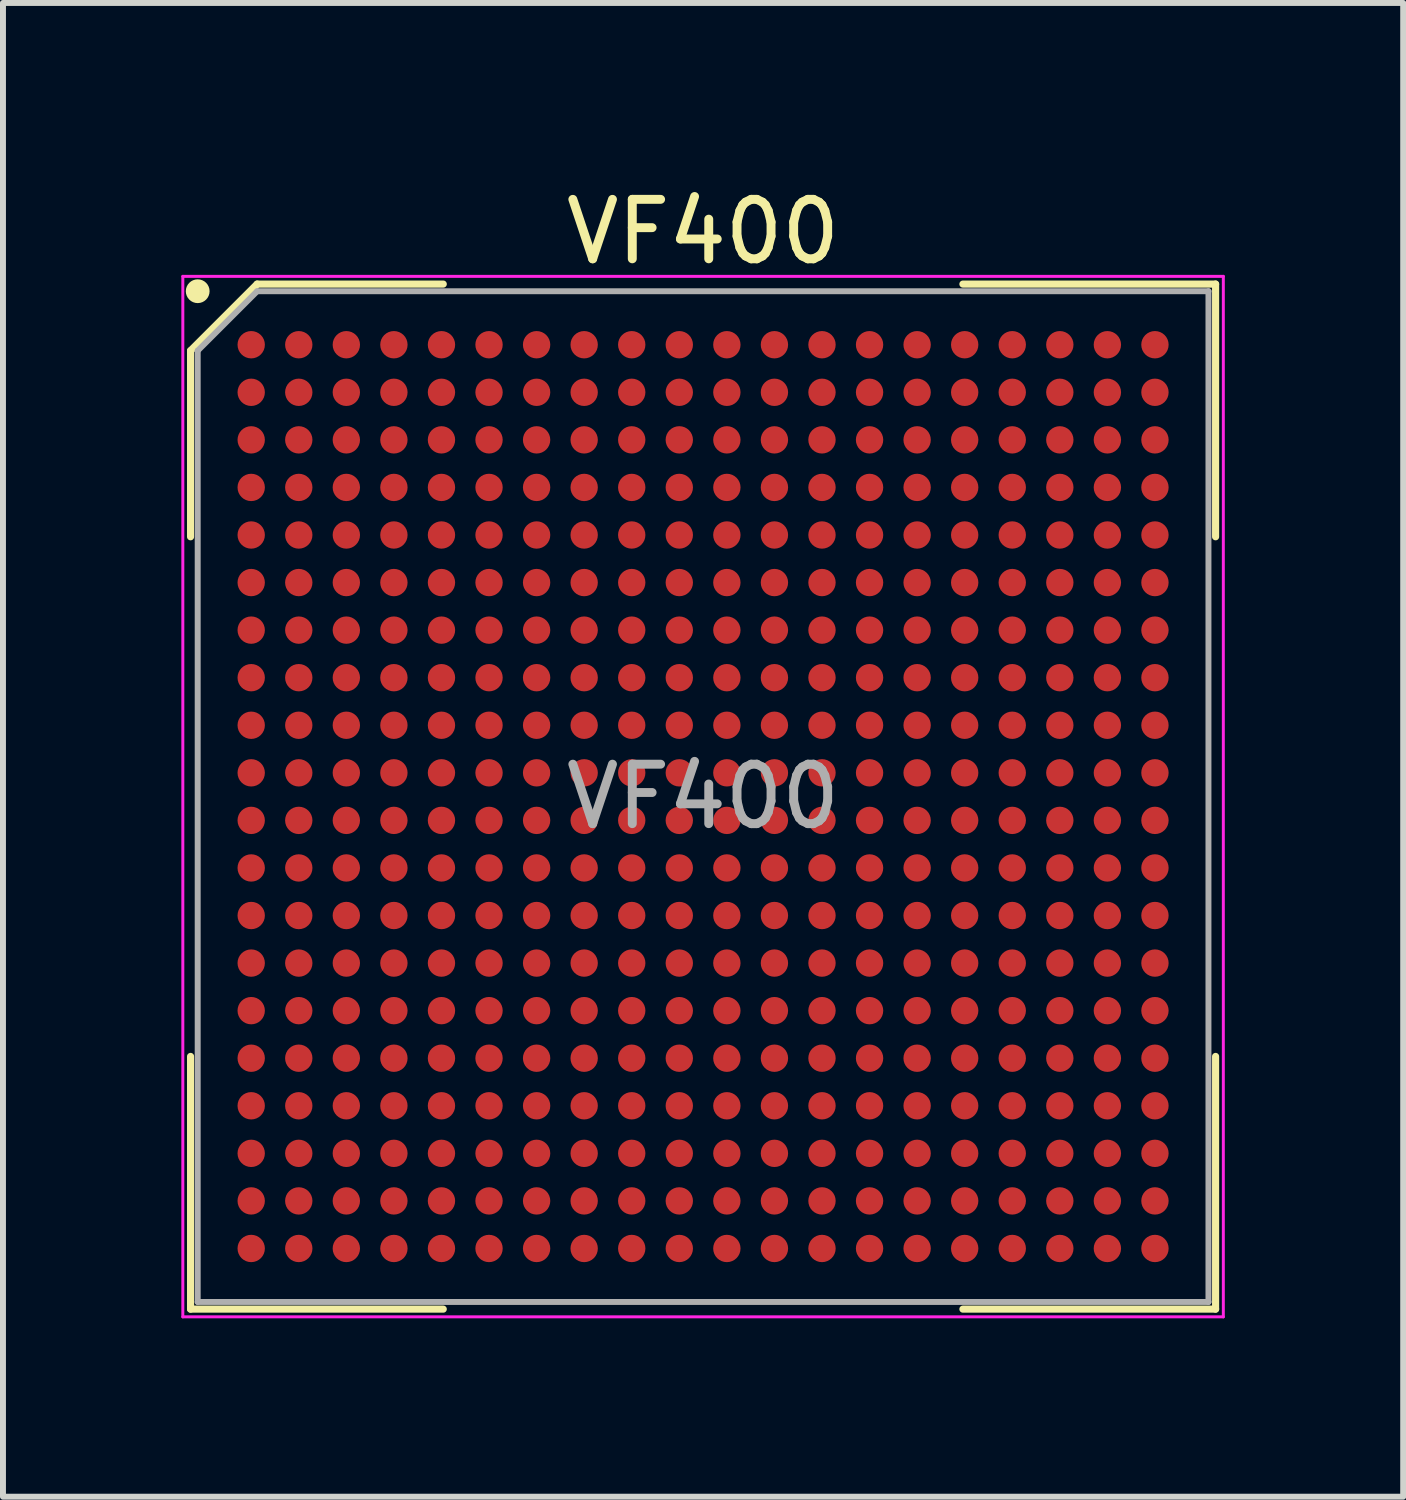
<source format=kicad_pcb>
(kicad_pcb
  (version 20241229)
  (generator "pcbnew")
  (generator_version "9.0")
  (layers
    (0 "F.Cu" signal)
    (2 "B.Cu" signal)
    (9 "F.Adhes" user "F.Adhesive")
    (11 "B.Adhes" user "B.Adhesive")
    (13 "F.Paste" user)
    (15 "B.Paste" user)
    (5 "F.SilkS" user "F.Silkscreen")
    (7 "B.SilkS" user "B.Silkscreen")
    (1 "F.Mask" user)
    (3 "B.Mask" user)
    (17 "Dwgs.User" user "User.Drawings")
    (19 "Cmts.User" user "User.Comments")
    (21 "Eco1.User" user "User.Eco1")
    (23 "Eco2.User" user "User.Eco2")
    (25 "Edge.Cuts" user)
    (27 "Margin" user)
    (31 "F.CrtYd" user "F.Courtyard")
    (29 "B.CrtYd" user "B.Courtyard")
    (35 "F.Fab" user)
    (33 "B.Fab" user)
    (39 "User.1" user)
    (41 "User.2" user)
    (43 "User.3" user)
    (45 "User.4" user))
  (footprint "VF400"
    (layer "F.Cu")
    (at 8.775 10.348)
    (property "Reference" "VF400" (at 0 -9.5 0) (layer "F.SilkS") (effects (font (size 1 1) (thickness 0.15))))
    (attr smd)
    (fp_line (start -8.62 -7.5) (end -8.62 -4.37) (stroke (width 0.12) (type default)) (layer "F.SilkS"))
    (fp_line (start -8.62 8.62) (end -8.62 4.37) (stroke (width 0.12) (type default)) (layer "F.SilkS"))
    (fp_line (start -7.5 -8.62) (end -8.62 -7.5) (stroke (width 0.12) (type default)) (layer "F.SilkS"))
    (fp_line (start -4.37 -8.62) (end -7.5 -8.62) (stroke (width 0.12) (type default)) (layer "F.SilkS"))
    (fp_line (start -4.37 8.62) (end -8.62 8.62) (stroke (width 0.12) (type default)) (layer "F.SilkS"))
    (fp_line (start 4.37 -8.62) (end 8.62 -8.62) (stroke (width 0.12) (type default)) (layer "F.SilkS"))
    (fp_line (start 4.37 8.62) (end 8.62 8.62) (stroke (width 0.12) (type default)) (layer "F.SilkS"))
    (fp_line (start 8.62 -8.62) (end 8.62 -4.37) (stroke (width 0.12) (type default)) (layer "F.SilkS"))
    (fp_line (start 8.62 8.62) (end 8.62 4.37) (stroke (width 0.12) (type default)) (layer "F.SilkS"))
    (fp_circle (center -8.5 -8.5) (end -8.5 -8.4) (stroke (width 0.2) (type default)) (fill no) (layer "F.SilkS"))
    (fp_line (start -8.75 -8.75) (end 8.75 -8.75) (stroke (width 0.05) (type default)) (layer "F.CrtYd"))
    (fp_line (start -8.75 8.75) (end -8.75 -8.75) (stroke (width 0.05) (type default)) (layer "F.CrtYd"))
    (fp_line (start 8.75 -8.75) (end 8.75 8.75) (stroke (width 0.05) (type default)) (layer "F.CrtYd"))
    (fp_line (start 8.75 8.75) (end -8.75 8.75) (stroke (width 0.05) (type default)) (layer "F.CrtYd"))
    (fp_line (start -8.5 -7.5) (end -8.5 8.5) (stroke (width 0.1) (type default)) (layer "F.Fab"))
    (fp_line (start -8.5 8.5) (end 8.5 8.5) (stroke (width 0.1) (type default)) (layer "F.Fab"))
    (fp_line (start -7.5 -8.5) (end -8.5 -7.5) (stroke (width 0.1) (type default)) (layer "F.Fab"))
    (fp_line (start 8.5 -8.5) (end -7.5 -8.5) (stroke (width 0.1) (type default)) (layer "F.Fab"))
    (fp_line (start 8.5 8.5) (end 8.5 -8.5) (stroke (width 0.1) (type default)) (layer "F.Fab"))
    (fp_text user "${REFERENCE}" (at 0 0 0) (layer "F.Fab") (effects (font (size 1 1) (thickness 0.15))))
    (pad "A1" smd circle (at -7.6 -7.6) (size 0.46 0.46) (layers "F.Cu" "F.Mask" "F.Paste"))
    (pad "A2" smd circle (at -6.8 -7.6) (size 0.46 0.46) (layers "F.Cu" "F.Mask" "F.Paste"))
    (pad "A3" smd circle (at -6 -7.6) (size 0.46 0.46) (layers "F.Cu" "F.Mask" "F.Paste"))
    (pad "A4" smd circle (at -5.2 -7.6) (size 0.46 0.46) (layers "F.Cu" "F.Mask" "F.Paste"))
    (pad "A5" smd circle (at -4.4 -7.6) (size 0.46 0.46) (layers "F.Cu" "F.Mask" "F.Paste"))
    (pad "A6" smd circle (at -3.6 -7.6) (size 0.46 0.46) (layers "F.Cu" "F.Mask" "F.Paste"))
    (pad "A7" smd circle (at -2.8 -7.6) (size 0.46 0.46) (layers "F.Cu" "F.Mask" "F.Paste"))
    (pad "A8" smd circle (at -2 -7.6) (size 0.46 0.46) (layers "F.Cu" "F.Mask" "F.Paste"))
    (pad "A9" smd circle (at -1.2 -7.6) (size 0.46 0.46) (layers "F.Cu" "F.Mask" "F.Paste"))
    (pad "A10" smd circle (at -0.4 -7.6) (size 0.46 0.46) (layers "F.Cu" "F.Mask" "F.Paste"))
    (pad "A11" smd circle (at 0.4 -7.6) (size 0.46 0.46) (layers "F.Cu" "F.Mask" "F.Paste"))
    (pad "A12" smd circle (at 1.2 -7.6) (size 0.46 0.46) (layers "F.Cu" "F.Mask" "F.Paste"))
    (pad "A13" smd circle (at 2 -7.6) (size 0.46 0.46) (layers "F.Cu" "F.Mask" "F.Paste"))
    (pad "A14" smd circle (at 2.8 -7.6) (size 0.46 0.46) (layers "F.Cu" "F.Mask" "F.Paste"))
    (pad "A15" smd circle (at 3.6 -7.6) (size 0.46 0.46) (layers "F.Cu" "F.Mask" "F.Paste"))
    (pad "A16" smd circle (at 4.4 -7.6) (size 0.46 0.46) (layers "F.Cu" "F.Mask" "F.Paste"))
    (pad "A17" smd circle (at 5.2 -7.6) (size 0.46 0.46) (layers "F.Cu" "F.Mask" "F.Paste"))
    (pad "A18" smd circle (at 6 -7.6) (size 0.46 0.46) (layers "F.Cu" "F.Mask" "F.Paste"))
    (pad "A19" smd circle (at 6.8 -7.6) (size 0.46 0.46) (layers "F.Cu" "F.Mask" "F.Paste"))
    (pad "A20" smd circle (at 7.6 -7.6) (size 0.46 0.46) (layers "F.Cu" "F.Mask" "F.Paste"))
    (pad "B1" smd circle (at -7.6 -6.8) (size 0.46 0.46) (layers "F.Cu" "F.Mask" "F.Paste"))
    (pad "B2" smd circle (at -6.8 -6.8) (size 0.46 0.46) (layers "F.Cu" "F.Mask" "F.Paste"))
    (pad "B3" smd circle (at -6 -6.8) (size 0.46 0.46) (layers "F.Cu" "F.Mask" "F.Paste"))
    (pad "B4" smd circle (at -5.2 -6.8) (size 0.46 0.46) (layers "F.Cu" "F.Mask" "F.Paste"))
    (pad "B5" smd circle (at -4.4 -6.8) (size 0.46 0.46) (layers "F.Cu" "F.Mask" "F.Paste"))
    (pad "B6" smd circle (at -3.6 -6.8) (size 0.46 0.46) (layers "F.Cu" "F.Mask" "F.Paste"))
    (pad "B7" smd circle (at -2.8 -6.8) (size 0.46 0.46) (layers "F.Cu" "F.Mask" "F.Paste"))
    (pad "B8" smd circle (at -2 -6.8) (size 0.46 0.46) (layers "F.Cu" "F.Mask" "F.Paste"))
    (pad "B9" smd circle (at -1.2 -6.8) (size 0.46 0.46) (layers "F.Cu" "F.Mask" "F.Paste"))
    (pad "B10" smd circle (at -0.4 -6.8) (size 0.46 0.46) (layers "F.Cu" "F.Mask" "F.Paste"))
    (pad "B11" smd circle (at 0.4 -6.8) (size 0.46 0.46) (layers "F.Cu" "F.Mask" "F.Paste"))
    (pad "B12" smd circle (at 1.2 -6.8) (size 0.46 0.46) (layers "F.Cu" "F.Mask" "F.Paste"))
    (pad "B13" smd circle (at 2 -6.8) (size 0.46 0.46) (layers "F.Cu" "F.Mask" "F.Paste"))
    (pad "B14" smd circle (at 2.8 -6.8) (size 0.46 0.46) (layers "F.Cu" "F.Mask" "F.Paste"))
    (pad "B15" smd circle (at 3.6 -6.8) (size 0.46 0.46) (layers "F.Cu" "F.Mask" "F.Paste"))
    (pad "B16" smd circle (at 4.4 -6.8) (size 0.46 0.46) (layers "F.Cu" "F.Mask" "F.Paste"))
    (pad "B17" smd circle (at 5.2 -6.8) (size 0.46 0.46) (layers "F.Cu" "F.Mask" "F.Paste"))
    (pad "B18" smd circle (at 6 -6.8) (size 0.46 0.46) (layers "F.Cu" "F.Mask" "F.Paste"))
    (pad "B19" smd circle (at 6.8 -6.8) (size 0.46 0.46) (layers "F.Cu" "F.Mask" "F.Paste"))
    (pad "B20" smd circle (at 7.6 -6.8) (size 0.46 0.46) (layers "F.Cu" "F.Mask" "F.Paste"))
    (pad "C1" smd circle (at -7.6 -6) (size 0.46 0.46) (layers "F.Cu" "F.Mask" "F.Paste"))
    (pad "C2" smd circle (at -6.8 -6) (size 0.46 0.46) (layers "F.Cu" "F.Mask" "F.Paste"))
    (pad "C3" smd circle (at -6 -6) (size 0.46 0.46) (layers "F.Cu" "F.Mask" "F.Paste"))
    (pad "C4" smd circle (at -5.2 -6) (size 0.46 0.46) (layers "F.Cu" "F.Mask" "F.Paste"))
    (pad "C5" smd circle (at -4.4 -6) (size 0.46 0.46) (layers "F.Cu" "F.Mask" "F.Paste"))
    (pad "C6" smd circle (at -3.6 -6) (size 0.46 0.46) (layers "F.Cu" "F.Mask" "F.Paste"))
    (pad "C7" smd circle (at -2.8 -6) (size 0.46 0.46) (layers "F.Cu" "F.Mask" "F.Paste"))
    (pad "C8" smd circle (at -2 -6) (size 0.46 0.46) (layers "F.Cu" "F.Mask" "F.Paste"))
    (pad "C9" smd circle (at -1.2 -6) (size 0.46 0.46) (layers "F.Cu" "F.Mask" "F.Paste"))
    (pad "C10" smd circle (at -0.4 -6) (size 0.46 0.46) (layers "F.Cu" "F.Mask" "F.Paste"))
    (pad "C11" smd circle (at 0.4 -6) (size 0.46 0.46) (layers "F.Cu" "F.Mask" "F.Paste"))
    (pad "C12" smd circle (at 1.2 -6) (size 0.46 0.46) (layers "F.Cu" "F.Mask" "F.Paste"))
    (pad "C13" smd circle (at 2 -6) (size 0.46 0.46) (layers "F.Cu" "F.Mask" "F.Paste"))
    (pad "C14" smd circle (at 2.8 -6) (size 0.46 0.46) (layers "F.Cu" "F.Mask" "F.Paste"))
    (pad "C15" smd circle (at 3.6 -6) (size 0.46 0.46) (layers "F.Cu" "F.Mask" "F.Paste"))
    (pad "C16" smd circle (at 4.4 -6) (size 0.46 0.46) (layers "F.Cu" "F.Mask" "F.Paste"))
    (pad "C17" smd circle (at 5.2 -6) (size 0.46 0.46) (layers "F.Cu" "F.Mask" "F.Paste"))
    (pad "C18" smd circle (at 6 -6) (size 0.46 0.46) (layers "F.Cu" "F.Mask" "F.Paste"))
    (pad "C19" smd circle (at 6.8 -6) (size 0.46 0.46) (layers "F.Cu" "F.Mask" "F.Paste"))
    (pad "C20" smd circle (at 7.6 -6) (size 0.46 0.46) (layers "F.Cu" "F.Mask" "F.Paste"))
    (pad "D1" smd circle (at -7.6 -5.2) (size 0.46 0.46) (layers "F.Cu" "F.Mask" "F.Paste"))
    (pad "D2" smd circle (at -6.8 -5.2) (size 0.46 0.46) (layers "F.Cu" "F.Mask" "F.Paste"))
    (pad "D3" smd circle (at -6 -5.2) (size 0.46 0.46) (layers "F.Cu" "F.Mask" "F.Paste"))
    (pad "D4" smd circle (at -5.2 -5.2) (size 0.46 0.46) (layers "F.Cu" "F.Mask" "F.Paste"))
    (pad "D5" smd circle (at -4.4 -5.2) (size 0.46 0.46) (layers "F.Cu" "F.Mask" "F.Paste"))
    (pad "D6" smd circle (at -3.6 -5.2) (size 0.46 0.46) (layers "F.Cu" "F.Mask" "F.Paste"))
    (pad "D7" smd circle (at -2.8 -5.2) (size 0.46 0.46) (layers "F.Cu" "F.Mask" "F.Paste"))
    (pad "D8" smd circle (at -2 -5.2) (size 0.46 0.46) (layers "F.Cu" "F.Mask" "F.Paste"))
    (pad "D9" smd circle (at -1.2 -5.2) (size 0.46 0.46) (layers "F.Cu" "F.Mask" "F.Paste"))
    (pad "D10" smd circle (at -0.4 -5.2) (size 0.46 0.46) (layers "F.Cu" "F.Mask" "F.Paste"))
    (pad "D11" smd circle (at 0.4 -5.2) (size 0.46 0.46) (layers "F.Cu" "F.Mask" "F.Paste"))
    (pad "D12" smd circle (at 1.2 -5.2) (size 0.46 0.46) (layers "F.Cu" "F.Mask" "F.Paste"))
    (pad "D13" smd circle (at 2 -5.2) (size 0.46 0.46) (layers "F.Cu" "F.Mask" "F.Paste"))
    (pad "D14" smd circle (at 2.8 -5.2) (size 0.46 0.46) (layers "F.Cu" "F.Mask" "F.Paste"))
    (pad "D15" smd circle (at 3.6 -5.2) (size 0.46 0.46) (layers "F.Cu" "F.Mask" "F.Paste"))
    (pad "D16" smd circle (at 4.4 -5.2) (size 0.46 0.46) (layers "F.Cu" "F.Mask" "F.Paste"))
    (pad "D17" smd circle (at 5.2 -5.2) (size 0.46 0.46) (layers "F.Cu" "F.Mask" "F.Paste"))
    (pad "D18" smd circle (at 6 -5.2) (size 0.46 0.46) (layers "F.Cu" "F.Mask" "F.Paste"))
    (pad "D19" smd circle (at 6.8 -5.2) (size 0.46 0.46) (layers "F.Cu" "F.Mask" "F.Paste"))
    (pad "D20" smd circle (at 7.6 -5.2) (size 0.46 0.46) (layers "F.Cu" "F.Mask" "F.Paste"))
    (pad "E1" smd circle (at -7.6 -4.4) (size 0.46 0.46) (layers "F.Cu" "F.Mask" "F.Paste"))
    (pad "E2" smd circle (at -6.8 -4.4) (size 0.46 0.46) (layers "F.Cu" "F.Mask" "F.Paste"))
    (pad "E3" smd circle (at -6 -4.4) (size 0.46 0.46) (layers "F.Cu" "F.Mask" "F.Paste"))
    (pad "E4" smd circle (at -5.2 -4.4) (size 0.46 0.46) (layers "F.Cu" "F.Mask" "F.Paste"))
    (pad "E5" smd circle (at -4.4 -4.4) (size 0.46 0.46) (layers "F.Cu" "F.Mask" "F.Paste"))
    (pad "E6" smd circle (at -3.6 -4.4) (size 0.46 0.46) (layers "F.Cu" "F.Mask" "F.Paste"))
    (pad "E7" smd circle (at -2.8 -4.4) (size 0.46 0.46) (layers "F.Cu" "F.Mask" "F.Paste"))
    (pad "E8" smd circle (at -2 -4.4) (size 0.46 0.46) (layers "F.Cu" "F.Mask" "F.Paste"))
    (pad "E9" smd circle (at -1.2 -4.4) (size 0.46 0.46) (layers "F.Cu" "F.Mask" "F.Paste"))
    (pad "E10" smd circle (at -0.4 -4.4) (size 0.46 0.46) (layers "F.Cu" "F.Mask" "F.Paste"))
    (pad "E11" smd circle (at 0.4 -4.4) (size 0.46 0.46) (layers "F.Cu" "F.Mask" "F.Paste"))
    (pad "E12" smd circle (at 1.2 -4.4) (size 0.46 0.46) (layers "F.Cu" "F.Mask" "F.Paste"))
    (pad "E13" smd circle (at 2 -4.4) (size 0.46 0.46) (layers "F.Cu" "F.Mask" "F.Paste"))
    (pad "E14" smd circle (at 2.8 -4.4) (size 0.46 0.46) (layers "F.Cu" "F.Mask" "F.Paste"))
    (pad "E15" smd circle (at 3.6 -4.4) (size 0.46 0.46) (layers "F.Cu" "F.Mask" "F.Paste"))
    (pad "E16" smd circle (at 4.4 -4.4) (size 0.46 0.46) (layers "F.Cu" "F.Mask" "F.Paste"))
    (pad "E17" smd circle (at 5.2 -4.4) (size 0.46 0.46) (layers "F.Cu" "F.Mask" "F.Paste"))
    (pad "E18" smd circle (at 6 -4.4) (size 0.46 0.46) (layers "F.Cu" "F.Mask" "F.Paste"))
    (pad "E19" smd circle (at 6.8 -4.4) (size 0.46 0.46) (layers "F.Cu" "F.Mask" "F.Paste"))
    (pad "E20" smd circle (at 7.6 -4.4) (size 0.46 0.46) (layers "F.Cu" "F.Mask" "F.Paste"))
    (pad "F1" smd circle (at -7.6 -3.6) (size 0.46 0.46) (layers "F.Cu" "F.Mask" "F.Paste"))
    (pad "F2" smd circle (at -6.8 -3.6) (size 0.46 0.46) (layers "F.Cu" "F.Mask" "F.Paste"))
    (pad "F3" smd circle (at -6 -3.6) (size 0.46 0.46) (layers "F.Cu" "F.Mask" "F.Paste"))
    (pad "F4" smd circle (at -5.2 -3.6) (size 0.46 0.46) (layers "F.Cu" "F.Mask" "F.Paste"))
    (pad "F5" smd circle (at -4.4 -3.6) (size 0.46 0.46) (layers "F.Cu" "F.Mask" "F.Paste"))
    (pad "F6" smd circle (at -3.6 -3.6) (size 0.46 0.46) (layers "F.Cu" "F.Mask" "F.Paste"))
    (pad "F7" smd circle (at -2.8 -3.6) (size 0.46 0.46) (layers "F.Cu" "F.Mask" "F.Paste"))
    (pad "F8" smd circle (at -2 -3.6) (size 0.46 0.46) (layers "F.Cu" "F.Mask" "F.Paste"))
    (pad "F9" smd circle (at -1.2 -3.6) (size 0.46 0.46) (layers "F.Cu" "F.Mask" "F.Paste"))
    (pad "F10" smd circle (at -0.4 -3.6) (size 0.46 0.46) (layers "F.Cu" "F.Mask" "F.Paste"))
    (pad "F11" smd circle (at 0.4 -3.6) (size 0.46 0.46) (layers "F.Cu" "F.Mask" "F.Paste"))
    (pad "F12" smd circle (at 1.2 -3.6) (size 0.46 0.46) (layers "F.Cu" "F.Mask" "F.Paste"))
    (pad "F13" smd circle (at 2 -3.6) (size 0.46 0.46) (layers "F.Cu" "F.Mask" "F.Paste"))
    (pad "F14" smd circle (at 2.8 -3.6) (size 0.46 0.46) (layers "F.Cu" "F.Mask" "F.Paste"))
    (pad "F15" smd circle (at 3.6 -3.6) (size 0.46 0.46) (layers "F.Cu" "F.Mask" "F.Paste"))
    (pad "F16" smd circle (at 4.4 -3.6) (size 0.46 0.46) (layers "F.Cu" "F.Mask" "F.Paste"))
    (pad "F17" smd circle (at 5.2 -3.6) (size 0.46 0.46) (layers "F.Cu" "F.Mask" "F.Paste"))
    (pad "F18" smd circle (at 6 -3.6) (size 0.46 0.46) (layers "F.Cu" "F.Mask" "F.Paste"))
    (pad "F19" smd circle (at 6.8 -3.6) (size 0.46 0.46) (layers "F.Cu" "F.Mask" "F.Paste"))
    (pad "F20" smd circle (at 7.6 -3.6) (size 0.46 0.46) (layers "F.Cu" "F.Mask" "F.Paste"))
    (pad "G1" smd circle (at -7.6 -2.8) (size 0.46 0.46) (layers "F.Cu" "F.Mask" "F.Paste"))
    (pad "G2" smd circle (at -6.8 -2.8) (size 0.46 0.46) (layers "F.Cu" "F.Mask" "F.Paste"))
    (pad "G3" smd circle (at -6 -2.8) (size 0.46 0.46) (layers "F.Cu" "F.Mask" "F.Paste"))
    (pad "G4" smd circle (at -5.2 -2.8) (size 0.46 0.46) (layers "F.Cu" "F.Mask" "F.Paste"))
    (pad "G5" smd circle (at -4.4 -2.8) (size 0.46 0.46) (layers "F.Cu" "F.Mask" "F.Paste"))
    (pad "G6" smd circle (at -3.6 -2.8) (size 0.46 0.46) (layers "F.Cu" "F.Mask" "F.Paste"))
    (pad "G7" smd circle (at -2.8 -2.8) (size 0.46 0.46) (layers "F.Cu" "F.Mask" "F.Paste"))
    (pad "G8" smd circle (at -2 -2.8) (size 0.46 0.46) (layers "F.Cu" "F.Mask" "F.Paste"))
    (pad "G9" smd circle (at -1.2 -2.8) (size 0.46 0.46) (layers "F.Cu" "F.Mask" "F.Paste"))
    (pad "G10" smd circle (at -0.4 -2.8) (size 0.46 0.46) (layers "F.Cu" "F.Mask" "F.Paste"))
    (pad "G11" smd circle (at 0.4 -2.8) (size 0.46 0.46) (layers "F.Cu" "F.Mask" "F.Paste"))
    (pad "G12" smd circle (at 1.2 -2.8) (size 0.46 0.46) (layers "F.Cu" "F.Mask" "F.Paste"))
    (pad "G13" smd circle (at 2 -2.8) (size 0.46 0.46) (layers "F.Cu" "F.Mask" "F.Paste"))
    (pad "G14" smd circle (at 2.8 -2.8) (size 0.46 0.46) (layers "F.Cu" "F.Mask" "F.Paste"))
    (pad "G15" smd circle (at 3.6 -2.8) (size 0.46 0.46) (layers "F.Cu" "F.Mask" "F.Paste"))
    (pad "G16" smd circle (at 4.4 -2.8) (size 0.46 0.46) (layers "F.Cu" "F.Mask" "F.Paste"))
    (pad "G17" smd circle (at 5.2 -2.8) (size 0.46 0.46) (layers "F.Cu" "F.Mask" "F.Paste"))
    (pad "G18" smd circle (at 6 -2.8) (size 0.46 0.46) (layers "F.Cu" "F.Mask" "F.Paste"))
    (pad "G19" smd circle (at 6.8 -2.8) (size 0.46 0.46) (layers "F.Cu" "F.Mask" "F.Paste"))
    (pad "G20" smd circle (at 7.6 -2.8) (size 0.46 0.46) (layers "F.Cu" "F.Mask" "F.Paste"))
    (pad "H1" smd circle (at -7.6 -2) (size 0.46 0.46) (layers "F.Cu" "F.Mask" "F.Paste"))
    (pad "H2" smd circle (at -6.8 -2) (size 0.46 0.46) (layers "F.Cu" "F.Mask" "F.Paste"))
    (pad "H3" smd circle (at -6 -2) (size 0.46 0.46) (layers "F.Cu" "F.Mask" "F.Paste"))
    (pad "H4" smd circle (at -5.2 -2) (size 0.46 0.46) (layers "F.Cu" "F.Mask" "F.Paste"))
    (pad "H5" smd circle (at -4.4 -2) (size 0.46 0.46) (layers "F.Cu" "F.Mask" "F.Paste"))
    (pad "H6" smd circle (at -3.6 -2) (size 0.46 0.46) (layers "F.Cu" "F.Mask" "F.Paste"))
    (pad "H7" smd circle (at -2.8 -2) (size 0.46 0.46) (layers "F.Cu" "F.Mask" "F.Paste"))
    (pad "H8" smd circle (at -2 -2) (size 0.46 0.46) (layers "F.Cu" "F.Mask" "F.Paste"))
    (pad "H9" smd circle (at -1.2 -2) (size 0.46 0.46) (layers "F.Cu" "F.Mask" "F.Paste"))
    (pad "H10" smd circle (at -0.4 -2) (size 0.46 0.46) (layers "F.Cu" "F.Mask" "F.Paste"))
    (pad "H11" smd circle (at 0.4 -2) (size 0.46 0.46) (layers "F.Cu" "F.Mask" "F.Paste"))
    (pad "H12" smd circle (at 1.2 -2) (size 0.46 0.46) (layers "F.Cu" "F.Mask" "F.Paste"))
    (pad "H13" smd circle (at 2 -2) (size 0.46 0.46) (layers "F.Cu" "F.Mask" "F.Paste"))
    (pad "H14" smd circle (at 2.8 -2) (size 0.46 0.46) (layers "F.Cu" "F.Mask" "F.Paste"))
    (pad "H15" smd circle (at 3.6 -2) (size 0.46 0.46) (layers "F.Cu" "F.Mask" "F.Paste"))
    (pad "H16" smd circle (at 4.4 -2) (size 0.46 0.46) (layers "F.Cu" "F.Mask" "F.Paste"))
    (pad "H17" smd circle (at 5.2 -2) (size 0.46 0.46) (layers "F.Cu" "F.Mask" "F.Paste"))
    (pad "H18" smd circle (at 6 -2) (size 0.46 0.46) (layers "F.Cu" "F.Mask" "F.Paste"))
    (pad "H19" smd circle (at 6.8 -2) (size 0.46 0.46) (layers "F.Cu" "F.Mask" "F.Paste"))
    (pad "H20" smd circle (at 7.6 -2) (size 0.46 0.46) (layers "F.Cu" "F.Mask" "F.Paste"))
    (pad "J1" smd circle (at -7.6 -1.2) (size 0.46 0.46) (layers "F.Cu" "F.Mask" "F.Paste"))
    (pad "J2" smd circle (at -6.8 -1.2) (size 0.46 0.46) (layers "F.Cu" "F.Mask" "F.Paste"))
    (pad "J3" smd circle (at -6 -1.2) (size 0.46 0.46) (layers "F.Cu" "F.Mask" "F.Paste"))
    (pad "J4" smd circle (at -5.2 -1.2) (size 0.46 0.46) (layers "F.Cu" "F.Mask" "F.Paste"))
    (pad "J5" smd circle (at -4.4 -1.2) (size 0.46 0.46) (layers "F.Cu" "F.Mask" "F.Paste"))
    (pad "J6" smd circle (at -3.6 -1.2) (size 0.46 0.46) (layers "F.Cu" "F.Mask" "F.Paste"))
    (pad "J7" smd circle (at -2.8 -1.2) (size 0.46 0.46) (layers "F.Cu" "F.Mask" "F.Paste"))
    (pad "J8" smd circle (at -2 -1.2) (size 0.46 0.46) (layers "F.Cu" "F.Mask" "F.Paste"))
    (pad "J9" smd circle (at -1.2 -1.2) (size 0.46 0.46) (layers "F.Cu" "F.Mask" "F.Paste"))
    (pad "J10" smd circle (at -0.4 -1.2) (size 0.46 0.46) (layers "F.Cu" "F.Mask" "F.Paste"))
    (pad "J11" smd circle (at 0.4 -1.2) (size 0.46 0.46) (layers "F.Cu" "F.Mask" "F.Paste"))
    (pad "J12" smd circle (at 1.2 -1.2) (size 0.46 0.46) (layers "F.Cu" "F.Mask" "F.Paste"))
    (pad "J13" smd circle (at 2 -1.2) (size 0.46 0.46) (layers "F.Cu" "F.Mask" "F.Paste"))
    (pad "J14" smd circle (at 2.8 -1.2) (size 0.46 0.46) (layers "F.Cu" "F.Mask" "F.Paste"))
    (pad "J15" smd circle (at 3.6 -1.2) (size 0.46 0.46) (layers "F.Cu" "F.Mask" "F.Paste"))
    (pad "J16" smd circle (at 4.4 -1.2) (size 0.46 0.46) (layers "F.Cu" "F.Mask" "F.Paste"))
    (pad "J17" smd circle (at 5.2 -1.2) (size 0.46 0.46) (layers "F.Cu" "F.Mask" "F.Paste"))
    (pad "J18" smd circle (at 6 -1.2) (size 0.46 0.46) (layers "F.Cu" "F.Mask" "F.Paste"))
    (pad "J19" smd circle (at 6.8 -1.2) (size 0.46 0.46) (layers "F.Cu" "F.Mask" "F.Paste"))
    (pad "J20" smd circle (at 7.6 -1.2) (size 0.46 0.46) (layers "F.Cu" "F.Mask" "F.Paste"))
    (pad "K1" smd circle (at -7.6 -0.4) (size 0.46 0.46) (layers "F.Cu" "F.Mask" "F.Paste"))
    (pad "K2" smd circle (at -6.8 -0.4) (size 0.46 0.46) (layers "F.Cu" "F.Mask" "F.Paste"))
    (pad "K3" smd circle (at -6 -0.4) (size 0.46 0.46) (layers "F.Cu" "F.Mask" "F.Paste"))
    (pad "K4" smd circle (at -5.2 -0.4) (size 0.46 0.46) (layers "F.Cu" "F.Mask" "F.Paste"))
    (pad "K5" smd circle (at -4.4 -0.4) (size 0.46 0.46) (layers "F.Cu" "F.Mask" "F.Paste"))
    (pad "K6" smd circle (at -3.6 -0.4) (size 0.46 0.46) (layers "F.Cu" "F.Mask" "F.Paste"))
    (pad "K7" smd circle (at -2.8 -0.4) (size 0.46 0.46) (layers "F.Cu" "F.Mask" "F.Paste"))
    (pad "K8" smd circle (at -2 -0.4) (size 0.46 0.46) (layers "F.Cu" "F.Mask" "F.Paste"))
    (pad "K9" smd circle (at -1.2 -0.4) (size 0.46 0.46) (layers "F.Cu" "F.Mask" "F.Paste"))
    (pad "K10" smd circle (at -0.4 -0.4) (size 0.46 0.46) (layers "F.Cu" "F.Mask" "F.Paste"))
    (pad "K11" smd circle (at 0.4 -0.4) (size 0.46 0.46) (layers "F.Cu" "F.Mask" "F.Paste"))
    (pad "K12" smd circle (at 1.2 -0.4) (size 0.46 0.46) (layers "F.Cu" "F.Mask" "F.Paste"))
    (pad "K13" smd circle (at 2 -0.4) (size 0.46 0.46) (layers "F.Cu" "F.Mask" "F.Paste"))
    (pad "K14" smd circle (at 2.8 -0.4) (size 0.46 0.46) (layers "F.Cu" "F.Mask" "F.Paste"))
    (pad "K15" smd circle (at 3.6 -0.4) (size 0.46 0.46) (layers "F.Cu" "F.Mask" "F.Paste"))
    (pad "K16" smd circle (at 4.4 -0.4) (size 0.46 0.46) (layers "F.Cu" "F.Mask" "F.Paste"))
    (pad "K17" smd circle (at 5.2 -0.4) (size 0.46 0.46) (layers "F.Cu" "F.Mask" "F.Paste"))
    (pad "K18" smd circle (at 6 -0.4) (size 0.46 0.46) (layers "F.Cu" "F.Mask" "F.Paste"))
    (pad "K19" smd circle (at 6.8 -0.4) (size 0.46 0.46) (layers "F.Cu" "F.Mask" "F.Paste"))
    (pad "K20" smd circle (at 7.6 -0.4) (size 0.46 0.46) (layers "F.Cu" "F.Mask" "F.Paste"))
    (pad "L1" smd circle (at -7.6 0.4) (size 0.46 0.46) (layers "F.Cu" "F.Mask" "F.Paste"))
    (pad "L2" smd circle (at -6.8 0.4) (size 0.46 0.46) (layers "F.Cu" "F.Mask" "F.Paste"))
    (pad "L3" smd circle (at -6 0.4) (size 0.46 0.46) (layers "F.Cu" "F.Mask" "F.Paste"))
    (pad "L4" smd circle (at -5.2 0.4) (size 0.46 0.46) (layers "F.Cu" "F.Mask" "F.Paste"))
    (pad "L5" smd circle (at -4.4 0.4) (size 0.46 0.46) (layers "F.Cu" "F.Mask" "F.Paste"))
    (pad "L6" smd circle (at -3.6 0.4) (size 0.46 0.46) (layers "F.Cu" "F.Mask" "F.Paste"))
    (pad "L7" smd circle (at -2.8 0.4) (size 0.46 0.46) (layers "F.Cu" "F.Mask" "F.Paste"))
    (pad "L8" smd circle (at -2 0.4) (size 0.46 0.46) (layers "F.Cu" "F.Mask" "F.Paste"))
    (pad "L9" smd circle (at -1.2 0.4) (size 0.46 0.46) (layers "F.Cu" "F.Mask" "F.Paste"))
    (pad "L10" smd circle (at -0.4 0.4) (size 0.46 0.46) (layers "F.Cu" "F.Mask" "F.Paste"))
    (pad "L11" smd circle (at 0.4 0.4) (size 0.46 0.46) (layers "F.Cu" "F.Mask" "F.Paste"))
    (pad "L12" smd circle (at 1.2 0.4) (size 0.46 0.46) (layers "F.Cu" "F.Mask" "F.Paste"))
    (pad "L13" smd circle (at 2 0.4) (size 0.46 0.46) (layers "F.Cu" "F.Mask" "F.Paste"))
    (pad "L14" smd circle (at 2.8 0.4) (size 0.46 0.46) (layers "F.Cu" "F.Mask" "F.Paste"))
    (pad "L15" smd circle (at 3.6 0.4) (size 0.46 0.46) (layers "F.Cu" "F.Mask" "F.Paste"))
    (pad "L16" smd circle (at 4.4 0.4) (size 0.46 0.46) (layers "F.Cu" "F.Mask" "F.Paste"))
    (pad "L17" smd circle (at 5.2 0.4) (size 0.46 0.46) (layers "F.Cu" "F.Mask" "F.Paste"))
    (pad "L18" smd circle (at 6 0.4) (size 0.46 0.46) (layers "F.Cu" "F.Mask" "F.Paste"))
    (pad "L19" smd circle (at 6.8 0.4) (size 0.46 0.46) (layers "F.Cu" "F.Mask" "F.Paste"))
    (pad "L20" smd circle (at 7.6 0.4) (size 0.46 0.46) (layers "F.Cu" "F.Mask" "F.Paste"))
    (pad "M1" smd circle (at -7.6 1.2) (size 0.46 0.46) (layers "F.Cu" "F.Mask" "F.Paste"))
    (pad "M2" smd circle (at -6.8 1.2) (size 0.46 0.46) (layers "F.Cu" "F.Mask" "F.Paste"))
    (pad "M3" smd circle (at -6 1.2) (size 0.46 0.46) (layers "F.Cu" "F.Mask" "F.Paste"))
    (pad "M4" smd circle (at -5.2 1.2) (size 0.46 0.46) (layers "F.Cu" "F.Mask" "F.Paste"))
    (pad "M5" smd circle (at -4.4 1.2) (size 0.46 0.46) (layers "F.Cu" "F.Mask" "F.Paste"))
    (pad "M6" smd circle (at -3.6 1.2) (size 0.46 0.46) (layers "F.Cu" "F.Mask" "F.Paste"))
    (pad "M7" smd circle (at -2.8 1.2) (size 0.46 0.46) (layers "F.Cu" "F.Mask" "F.Paste"))
    (pad "M8" smd circle (at -2 1.2) (size 0.46 0.46) (layers "F.Cu" "F.Mask" "F.Paste"))
    (pad "M9" smd circle (at -1.2 1.2) (size 0.46 0.46) (layers "F.Cu" "F.Mask" "F.Paste"))
    (pad "M10" smd circle (at -0.4 1.2) (size 0.46 0.46) (layers "F.Cu" "F.Mask" "F.Paste"))
    (pad "M11" smd circle (at 0.4 1.2) (size 0.46 0.46) (layers "F.Cu" "F.Mask" "F.Paste"))
    (pad "M12" smd circle (at 1.2 1.2) (size 0.46 0.46) (layers "F.Cu" "F.Mask" "F.Paste"))
    (pad "M13" smd circle (at 2 1.2) (size 0.46 0.46) (layers "F.Cu" "F.Mask" "F.Paste"))
    (pad "M14" smd circle (at 2.8 1.2) (size 0.46 0.46) (layers "F.Cu" "F.Mask" "F.Paste"))
    (pad "M15" smd circle (at 3.6 1.2) (size 0.46 0.46) (layers "F.Cu" "F.Mask" "F.Paste"))
    (pad "M16" smd circle (at 4.4 1.2) (size 0.46 0.46) (layers "F.Cu" "F.Mask" "F.Paste"))
    (pad "M17" smd circle (at 5.2 1.2) (size 0.46 0.46) (layers "F.Cu" "F.Mask" "F.Paste"))
    (pad "M18" smd circle (at 6 1.2) (size 0.46 0.46) (layers "F.Cu" "F.Mask" "F.Paste"))
    (pad "M19" smd circle (at 6.8 1.2) (size 0.46 0.46) (layers "F.Cu" "F.Mask" "F.Paste"))
    (pad "M20" smd circle (at 7.6 1.2) (size 0.46 0.46) (layers "F.Cu" "F.Mask" "F.Paste"))
    (pad "N1" smd circle (at -7.6 2) (size 0.46 0.46) (layers "F.Cu" "F.Mask" "F.Paste"))
    (pad "N2" smd circle (at -6.8 2) (size 0.46 0.46) (layers "F.Cu" "F.Mask" "F.Paste"))
    (pad "N3" smd circle (at -6 2) (size 0.46 0.46) (layers "F.Cu" "F.Mask" "F.Paste"))
    (pad "N4" smd circle (at -5.2 2) (size 0.46 0.46) (layers "F.Cu" "F.Mask" "F.Paste"))
    (pad "N5" smd circle (at -4.4 2) (size 0.46 0.46) (layers "F.Cu" "F.Mask" "F.Paste"))
    (pad "N6" smd circle (at -3.6 2) (size 0.46 0.46) (layers "F.Cu" "F.Mask" "F.Paste"))
    (pad "N7" smd circle (at -2.8 2) (size 0.46 0.46) (layers "F.Cu" "F.Mask" "F.Paste"))
    (pad "N8" smd circle (at -2 2) (size 0.46 0.46) (layers "F.Cu" "F.Mask" "F.Paste"))
    (pad "N9" smd circle (at -1.2 2) (size 0.46 0.46) (layers "F.Cu" "F.Mask" "F.Paste"))
    (pad "N10" smd circle (at -0.4 2) (size 0.46 0.46) (layers "F.Cu" "F.Mask" "F.Paste"))
    (pad "N11" smd circle (at 0.4 2) (size 0.46 0.46) (layers "F.Cu" "F.Mask" "F.Paste"))
    (pad "N12" smd circle (at 1.2 2) (size 0.46 0.46) (layers "F.Cu" "F.Mask" "F.Paste"))
    (pad "N13" smd circle (at 2 2) (size 0.46 0.46) (layers "F.Cu" "F.Mask" "F.Paste"))
    (pad "N14" smd circle (at 2.8 2) (size 0.46 0.46) (layers "F.Cu" "F.Mask" "F.Paste"))
    (pad "N15" smd circle (at 3.6 2) (size 0.46 0.46) (layers "F.Cu" "F.Mask" "F.Paste"))
    (pad "N16" smd circle (at 4.4 2) (size 0.46 0.46) (layers "F.Cu" "F.Mask" "F.Paste"))
    (pad "N17" smd circle (at 5.2 2) (size 0.46 0.46) (layers "F.Cu" "F.Mask" "F.Paste"))
    (pad "N18" smd circle (at 6 2) (size 0.46 0.46) (layers "F.Cu" "F.Mask" "F.Paste"))
    (pad "N19" smd circle (at 6.8 2) (size 0.46 0.46) (layers "F.Cu" "F.Mask" "F.Paste"))
    (pad "N20" smd circle (at 7.6 2) (size 0.46 0.46) (layers "F.Cu" "F.Mask" "F.Paste"))
    (pad "P1" smd circle (at -7.6 2.8) (size 0.46 0.46) (layers "F.Cu" "F.Mask" "F.Paste"))
    (pad "P2" smd circle (at -6.8 2.8) (size 0.46 0.46) (layers "F.Cu" "F.Mask" "F.Paste"))
    (pad "P3" smd circle (at -6 2.8) (size 0.46 0.46) (layers "F.Cu" "F.Mask" "F.Paste"))
    (pad "P4" smd circle (at -5.2 2.8) (size 0.46 0.46) (layers "F.Cu" "F.Mask" "F.Paste"))
    (pad "P5" smd circle (at -4.4 2.8) (size 0.46 0.46) (layers "F.Cu" "F.Mask" "F.Paste"))
    (pad "P6" smd circle (at -3.6 2.8) (size 0.46 0.46) (layers "F.Cu" "F.Mask" "F.Paste"))
    (pad "P7" smd circle (at -2.8 2.8) (size 0.46 0.46) (layers "F.Cu" "F.Mask" "F.Paste"))
    (pad "P8" smd circle (at -2 2.8) (size 0.46 0.46) (layers "F.Cu" "F.Mask" "F.Paste"))
    (pad "P9" smd circle (at -1.2 2.8) (size 0.46 0.46) (layers "F.Cu" "F.Mask" "F.Paste"))
    (pad "P10" smd circle (at -0.4 2.8) (size 0.46 0.46) (layers "F.Cu" "F.Mask" "F.Paste"))
    (pad "P11" smd circle (at 0.4 2.8) (size 0.46 0.46) (layers "F.Cu" "F.Mask" "F.Paste"))
    (pad "P12" smd circle (at 1.2 2.8) (size 0.46 0.46) (layers "F.Cu" "F.Mask" "F.Paste"))
    (pad "P13" smd circle (at 2 2.8) (size 0.46 0.46) (layers "F.Cu" "F.Mask" "F.Paste"))
    (pad "P14" smd circle (at 2.8 2.8) (size 0.46 0.46) (layers "F.Cu" "F.Mask" "F.Paste"))
    (pad "P15" smd circle (at 3.6 2.8) (size 0.46 0.46) (layers "F.Cu" "F.Mask" "F.Paste"))
    (pad "P16" smd circle (at 4.4 2.8) (size 0.46 0.46) (layers "F.Cu" "F.Mask" "F.Paste"))
    (pad "P17" smd circle (at 5.2 2.8) (size 0.46 0.46) (layers "F.Cu" "F.Mask" "F.Paste"))
    (pad "P18" smd circle (at 6 2.8) (size 0.46 0.46) (layers "F.Cu" "F.Mask" "F.Paste"))
    (pad "P19" smd circle (at 6.8 2.8) (size 0.46 0.46) (layers "F.Cu" "F.Mask" "F.Paste"))
    (pad "P20" smd circle (at 7.6 2.8) (size 0.46 0.46) (layers "F.Cu" "F.Mask" "F.Paste"))
    (pad "R1" smd circle (at -7.6 3.6) (size 0.46 0.46) (layers "F.Cu" "F.Mask" "F.Paste"))
    (pad "R2" smd circle (at -6.8 3.6) (size 0.46 0.46) (layers "F.Cu" "F.Mask" "F.Paste"))
    (pad "R3" smd circle (at -6 3.6) (size 0.46 0.46) (layers "F.Cu" "F.Mask" "F.Paste"))
    (pad "R4" smd circle (at -5.2 3.6) (size 0.46 0.46) (layers "F.Cu" "F.Mask" "F.Paste"))
    (pad "R5" smd circle (at -4.4 3.6) (size 0.46 0.46) (layers "F.Cu" "F.Mask" "F.Paste"))
    (pad "R6" smd circle (at -3.6 3.6) (size 0.46 0.46) (layers "F.Cu" "F.Mask" "F.Paste"))
    (pad "R7" smd circle (at -2.8 3.6) (size 0.46 0.46) (layers "F.Cu" "F.Mask" "F.Paste"))
    (pad "R8" smd circle (at -2 3.6) (size 0.46 0.46) (layers "F.Cu" "F.Mask" "F.Paste"))
    (pad "R9" smd circle (at -1.2 3.6) (size 0.46 0.46) (layers "F.Cu" "F.Mask" "F.Paste"))
    (pad "R10" smd circle (at -0.4 3.6) (size 0.46 0.46) (layers "F.Cu" "F.Mask" "F.Paste"))
    (pad "R11" smd circle (at 0.4 3.6) (size 0.46 0.46) (layers "F.Cu" "F.Mask" "F.Paste"))
    (pad "R12" smd circle (at 1.2 3.6) (size 0.46 0.46) (layers "F.Cu" "F.Mask" "F.Paste"))
    (pad "R13" smd circle (at 2 3.6) (size 0.46 0.46) (layers "F.Cu" "F.Mask" "F.Paste"))
    (pad "R14" smd circle (at 2.8 3.6) (size 0.46 0.46) (layers "F.Cu" "F.Mask" "F.Paste"))
    (pad "R15" smd circle (at 3.6 3.6) (size 0.46 0.46) (layers "F.Cu" "F.Mask" "F.Paste"))
    (pad "R16" smd circle (at 4.4 3.6) (size 0.46 0.46) (layers "F.Cu" "F.Mask" "F.Paste"))
    (pad "R17" smd circle (at 5.2 3.6) (size 0.46 0.46) (layers "F.Cu" "F.Mask" "F.Paste"))
    (pad "R18" smd circle (at 6 3.6) (size 0.46 0.46) (layers "F.Cu" "F.Mask" "F.Paste"))
    (pad "R19" smd circle (at 6.8 3.6) (size 0.46 0.46) (layers "F.Cu" "F.Mask" "F.Paste"))
    (pad "R20" smd circle (at 7.6 3.6) (size 0.46 0.46) (layers "F.Cu" "F.Mask" "F.Paste"))
    (pad "T1" smd circle (at -7.6 4.4) (size 0.46 0.46) (layers "F.Cu" "F.Mask" "F.Paste"))
    (pad "T2" smd circle (at -6.8 4.4) (size 0.46 0.46) (layers "F.Cu" "F.Mask" "F.Paste"))
    (pad "T3" smd circle (at -6 4.4) (size 0.46 0.46) (layers "F.Cu" "F.Mask" "F.Paste"))
    (pad "T4" smd circle (at -5.2 4.4) (size 0.46 0.46) (layers "F.Cu" "F.Mask" "F.Paste"))
    (pad "T5" smd circle (at -4.4 4.4) (size 0.46 0.46) (layers "F.Cu" "F.Mask" "F.Paste"))
    (pad "T6" smd circle (at -3.6 4.4) (size 0.46 0.46) (layers "F.Cu" "F.Mask" "F.Paste"))
    (pad "T7" smd circle (at -2.8 4.4) (size 0.46 0.46) (layers "F.Cu" "F.Mask" "F.Paste"))
    (pad "T8" smd circle (at -2 4.4) (size 0.46 0.46) (layers "F.Cu" "F.Mask" "F.Paste"))
    (pad "T9" smd circle (at -1.2 4.4) (size 0.46 0.46) (layers "F.Cu" "F.Mask" "F.Paste"))
    (pad "T10" smd circle (at -0.4 4.4) (size 0.46 0.46) (layers "F.Cu" "F.Mask" "F.Paste"))
    (pad "T11" smd circle (at 0.4 4.4) (size 0.46 0.46) (layers "F.Cu" "F.Mask" "F.Paste"))
    (pad "T12" smd circle (at 1.2 4.4) (size 0.46 0.46) (layers "F.Cu" "F.Mask" "F.Paste"))
    (pad "T13" smd circle (at 2 4.4) (size 0.46 0.46) (layers "F.Cu" "F.Mask" "F.Paste"))
    (pad "T14" smd circle (at 2.8 4.4) (size 0.46 0.46) (layers "F.Cu" "F.Mask" "F.Paste"))
    (pad "T15" smd circle (at 3.6 4.4) (size 0.46 0.46) (layers "F.Cu" "F.Mask" "F.Paste"))
    (pad "T16" smd circle (at 4.4 4.4) (size 0.46 0.46) (layers "F.Cu" "F.Mask" "F.Paste"))
    (pad "T17" smd circle (at 5.2 4.4) (size 0.46 0.46) (layers "F.Cu" "F.Mask" "F.Paste"))
    (pad "T18" smd circle (at 6 4.4) (size 0.46 0.46) (layers "F.Cu" "F.Mask" "F.Paste"))
    (pad "T19" smd circle (at 6.8 4.4) (size 0.46 0.46) (layers "F.Cu" "F.Mask" "F.Paste"))
    (pad "T20" smd circle (at 7.6 4.4) (size 0.46 0.46) (layers "F.Cu" "F.Mask" "F.Paste"))
    (pad "U1" smd circle (at -7.6 5.2) (size 0.46 0.46) (layers "F.Cu" "F.Mask" "F.Paste"))
    (pad "U2" smd circle (at -6.8 5.2) (size 0.46 0.46) (layers "F.Cu" "F.Mask" "F.Paste"))
    (pad "U3" smd circle (at -6 5.2) (size 0.46 0.46) (layers "F.Cu" "F.Mask" "F.Paste"))
    (pad "U4" smd circle (at -5.2 5.2) (size 0.46 0.46) (layers "F.Cu" "F.Mask" "F.Paste"))
    (pad "U5" smd circle (at -4.4 5.2) (size 0.46 0.46) (layers "F.Cu" "F.Mask" "F.Paste"))
    (pad "U6" smd circle (at -3.6 5.2) (size 0.46 0.46) (layers "F.Cu" "F.Mask" "F.Paste"))
    (pad "U7" smd circle (at -2.8 5.2) (size 0.46 0.46) (layers "F.Cu" "F.Mask" "F.Paste"))
    (pad "U8" smd circle (at -2 5.2) (size 0.46 0.46) (layers "F.Cu" "F.Mask" "F.Paste"))
    (pad "U9" smd circle (at -1.2 5.2) (size 0.46 0.46) (layers "F.Cu" "F.Mask" "F.Paste"))
    (pad "U10" smd circle (at -0.4 5.2) (size 0.46 0.46) (layers "F.Cu" "F.Mask" "F.Paste"))
    (pad "U11" smd circle (at 0.4 5.2) (size 0.46 0.46) (layers "F.Cu" "F.Mask" "F.Paste"))
    (pad "U12" smd circle (at 1.2 5.2) (size 0.46 0.46) (layers "F.Cu" "F.Mask" "F.Paste"))
    (pad "U13" smd circle (at 2 5.2) (size 0.46 0.46) (layers "F.Cu" "F.Mask" "F.Paste"))
    (pad "U14" smd circle (at 2.8 5.2) (size 0.46 0.46) (layers "F.Cu" "F.Mask" "F.Paste"))
    (pad "U15" smd circle (at 3.6 5.2) (size 0.46 0.46) (layers "F.Cu" "F.Mask" "F.Paste"))
    (pad "U16" smd circle (at 4.4 5.2) (size 0.46 0.46) (layers "F.Cu" "F.Mask" "F.Paste"))
    (pad "U17" smd circle (at 5.2 5.2) (size 0.46 0.46) (layers "F.Cu" "F.Mask" "F.Paste"))
    (pad "U18" smd circle (at 6 5.2) (size 0.46 0.46) (layers "F.Cu" "F.Mask" "F.Paste"))
    (pad "U19" smd circle (at 6.8 5.2) (size 0.46 0.46) (layers "F.Cu" "F.Mask" "F.Paste"))
    (pad "U20" smd circle (at 7.6 5.2) (size 0.46 0.46) (layers "F.Cu" "F.Mask" "F.Paste"))
    (pad "V1" smd circle (at -7.6 6) (size 0.46 0.46) (layers "F.Cu" "F.Mask" "F.Paste"))
    (pad "V2" smd circle (at -6.8 6) (size 0.46 0.46) (layers "F.Cu" "F.Mask" "F.Paste"))
    (pad "V3" smd circle (at -6 6) (size 0.46 0.46) (layers "F.Cu" "F.Mask" "F.Paste"))
    (pad "V4" smd circle (at -5.2 6) (size 0.46 0.46) (layers "F.Cu" "F.Mask" "F.Paste"))
    (pad "V5" smd circle (at -4.4 6) (size 0.46 0.46) (layers "F.Cu" "F.Mask" "F.Paste"))
    (pad "V6" smd circle (at -3.6 6) (size 0.46 0.46) (layers "F.Cu" "F.Mask" "F.Paste"))
    (pad "V7" smd circle (at -2.8 6) (size 0.46 0.46) (layers "F.Cu" "F.Mask" "F.Paste"))
    (pad "V8" smd circle (at -2 6) (size 0.46 0.46) (layers "F.Cu" "F.Mask" "F.Paste"))
    (pad "V9" smd circle (at -1.2 6) (size 0.46 0.46) (layers "F.Cu" "F.Mask" "F.Paste"))
    (pad "V10" smd circle (at -0.4 6) (size 0.46 0.46) (layers "F.Cu" "F.Mask" "F.Paste"))
    (pad "V11" smd circle (at 0.4 6) (size 0.46 0.46) (layers "F.Cu" "F.Mask" "F.Paste"))
    (pad "V12" smd circle (at 1.2 6) (size 0.46 0.46) (layers "F.Cu" "F.Mask" "F.Paste"))
    (pad "V13" smd circle (at 2 6) (size 0.46 0.46) (layers "F.Cu" "F.Mask" "F.Paste"))
    (pad "V14" smd circle (at 2.8 6) (size 0.46 0.46) (layers "F.Cu" "F.Mask" "F.Paste"))
    (pad "V15" smd circle (at 3.6 6) (size 0.46 0.46) (layers "F.Cu" "F.Mask" "F.Paste"))
    (pad "V16" smd circle (at 4.4 6) (size 0.46 0.46) (layers "F.Cu" "F.Mask" "F.Paste"))
    (pad "V17" smd circle (at 5.2 6) (size 0.46 0.46) (layers "F.Cu" "F.Mask" "F.Paste"))
    (pad "V18" smd circle (at 6 6) (size 0.46 0.46) (layers "F.Cu" "F.Mask" "F.Paste"))
    (pad "V19" smd circle (at 6.8 6) (size 0.46 0.46) (layers "F.Cu" "F.Mask" "F.Paste"))
    (pad "V20" smd circle (at 7.6 6) (size 0.46 0.46) (layers "F.Cu" "F.Mask" "F.Paste"))
    (pad "W1" smd circle (at -7.6 6.8) (size 0.46 0.46) (layers "F.Cu" "F.Mask" "F.Paste"))
    (pad "W2" smd circle (at -6.8 6.8) (size 0.46 0.46) (layers "F.Cu" "F.Mask" "F.Paste"))
    (pad "W3" smd circle (at -6 6.8) (size 0.46 0.46) (layers "F.Cu" "F.Mask" "F.Paste"))
    (pad "W4" smd circle (at -5.2 6.8) (size 0.46 0.46) (layers "F.Cu" "F.Mask" "F.Paste"))
    (pad "W5" smd circle (at -4.4 6.8) (size 0.46 0.46) (layers "F.Cu" "F.Mask" "F.Paste"))
    (pad "W6" smd circle (at -3.6 6.8) (size 0.46 0.46) (layers "F.Cu" "F.Mask" "F.Paste"))
    (pad "W7" smd circle (at -2.8 6.8) (size 0.46 0.46) (layers "F.Cu" "F.Mask" "F.Paste"))
    (pad "W8" smd circle (at -2 6.8) (size 0.46 0.46) (layers "F.Cu" "F.Mask" "F.Paste"))
    (pad "W9" smd circle (at -1.2 6.8) (size 0.46 0.46) (layers "F.Cu" "F.Mask" "F.Paste"))
    (pad "W10" smd circle (at -0.4 6.8) (size 0.46 0.46) (layers "F.Cu" "F.Mask" "F.Paste"))
    (pad "W11" smd circle (at 0.4 6.8) (size 0.46 0.46) (layers "F.Cu" "F.Mask" "F.Paste"))
    (pad "W12" smd circle (at 1.2 6.8) (size 0.46 0.46) (layers "F.Cu" "F.Mask" "F.Paste"))
    (pad "W13" smd circle (at 2 6.8) (size 0.46 0.46) (layers "F.Cu" "F.Mask" "F.Paste"))
    (pad "W14" smd circle (at 2.8 6.8) (size 0.46 0.46) (layers "F.Cu" "F.Mask" "F.Paste"))
    (pad "W15" smd circle (at 3.6 6.8) (size 0.46 0.46) (layers "F.Cu" "F.Mask" "F.Paste"))
    (pad "W16" smd circle (at 4.4 6.8) (size 0.46 0.46) (layers "F.Cu" "F.Mask" "F.Paste"))
    (pad "W17" smd circle (at 5.2 6.8) (size 0.46 0.46) (layers "F.Cu" "F.Mask" "F.Paste"))
    (pad "W18" smd circle (at 6 6.8) (size 0.46 0.46) (layers "F.Cu" "F.Mask" "F.Paste"))
    (pad "W19" smd circle (at 6.8 6.8) (size 0.46 0.46) (layers "F.Cu" "F.Mask" "F.Paste"))
    (pad "W20" smd circle (at 7.6 6.8) (size 0.46 0.46) (layers "F.Cu" "F.Mask" "F.Paste"))
    (pad "Y1" smd circle (at -7.6 7.6) (size 0.46 0.46) (layers "F.Cu" "F.Mask" "F.Paste"))
    (pad "Y2" smd circle (at -6.8 7.6) (size 0.46 0.46) (layers "F.Cu" "F.Mask" "F.Paste"))
    (pad "Y3" smd circle (at -6 7.6) (size 0.46 0.46) (layers "F.Cu" "F.Mask" "F.Paste"))
    (pad "Y4" smd circle (at -5.2 7.6) (size 0.46 0.46) (layers "F.Cu" "F.Mask" "F.Paste"))
    (pad "Y5" smd circle (at -4.4 7.6) (size 0.46 0.46) (layers "F.Cu" "F.Mask" "F.Paste"))
    (pad "Y6" smd circle (at -3.6 7.6) (size 0.46 0.46) (layers "F.Cu" "F.Mask" "F.Paste"))
    (pad "Y7" smd circle (at -2.8 7.6) (size 0.46 0.46) (layers "F.Cu" "F.Mask" "F.Paste"))
    (pad "Y8" smd circle (at -2 7.6) (size 0.46 0.46) (layers "F.Cu" "F.Mask" "F.Paste"))
    (pad "Y9" smd circle (at -1.2 7.6) (size 0.46 0.46) (layers "F.Cu" "F.Mask" "F.Paste"))
    (pad "Y10" smd circle (at -0.4 7.6) (size 0.46 0.46) (layers "F.Cu" "F.Mask" "F.Paste"))
    (pad "Y11" smd circle (at 0.4 7.6) (size 0.46 0.46) (layers "F.Cu" "F.Mask" "F.Paste"))
    (pad "Y12" smd circle (at 1.2 7.6) (size 0.46 0.46) (layers "F.Cu" "F.Mask" "F.Paste"))
    (pad "Y13" smd circle (at 2 7.6) (size 0.46 0.46) (layers "F.Cu" "F.Mask" "F.Paste"))
    (pad "Y14" smd circle (at 2.8 7.6) (size 0.46 0.46) (layers "F.Cu" "F.Mask" "F.Paste"))
    (pad "Y15" smd circle (at 3.6 7.6) (size 0.46 0.46) (layers "F.Cu" "F.Mask" "F.Paste"))
    (pad "Y16" smd circle (at 4.4 7.6) (size 0.46 0.46) (layers "F.Cu" "F.Mask" "F.Paste"))
    (pad "Y17" smd circle (at 5.2 7.6) (size 0.46 0.46) (layers "F.Cu" "F.Mask" "F.Paste"))
    (pad "Y18" smd circle (at 6 7.6) (size 0.46 0.46) (layers "F.Cu" "F.Mask" "F.Paste"))
    (pad "Y19" smd circle (at 6.8 7.6) (size 0.46 0.46) (layers "F.Cu" "F.Mask" "F.Paste"))
    (pad "Y20" smd circle (at 7.6 7.6) (size 0.46 0.46) (layers "F.Cu" "F.Mask" "F.Paste")))
  (gr_rect
    (start -3 -3)
    (end 20.55 22.123)
    (stroke (width 0.1) (type default))
    (fill no)
    (layer "Edge.Cuts")))
</source>
